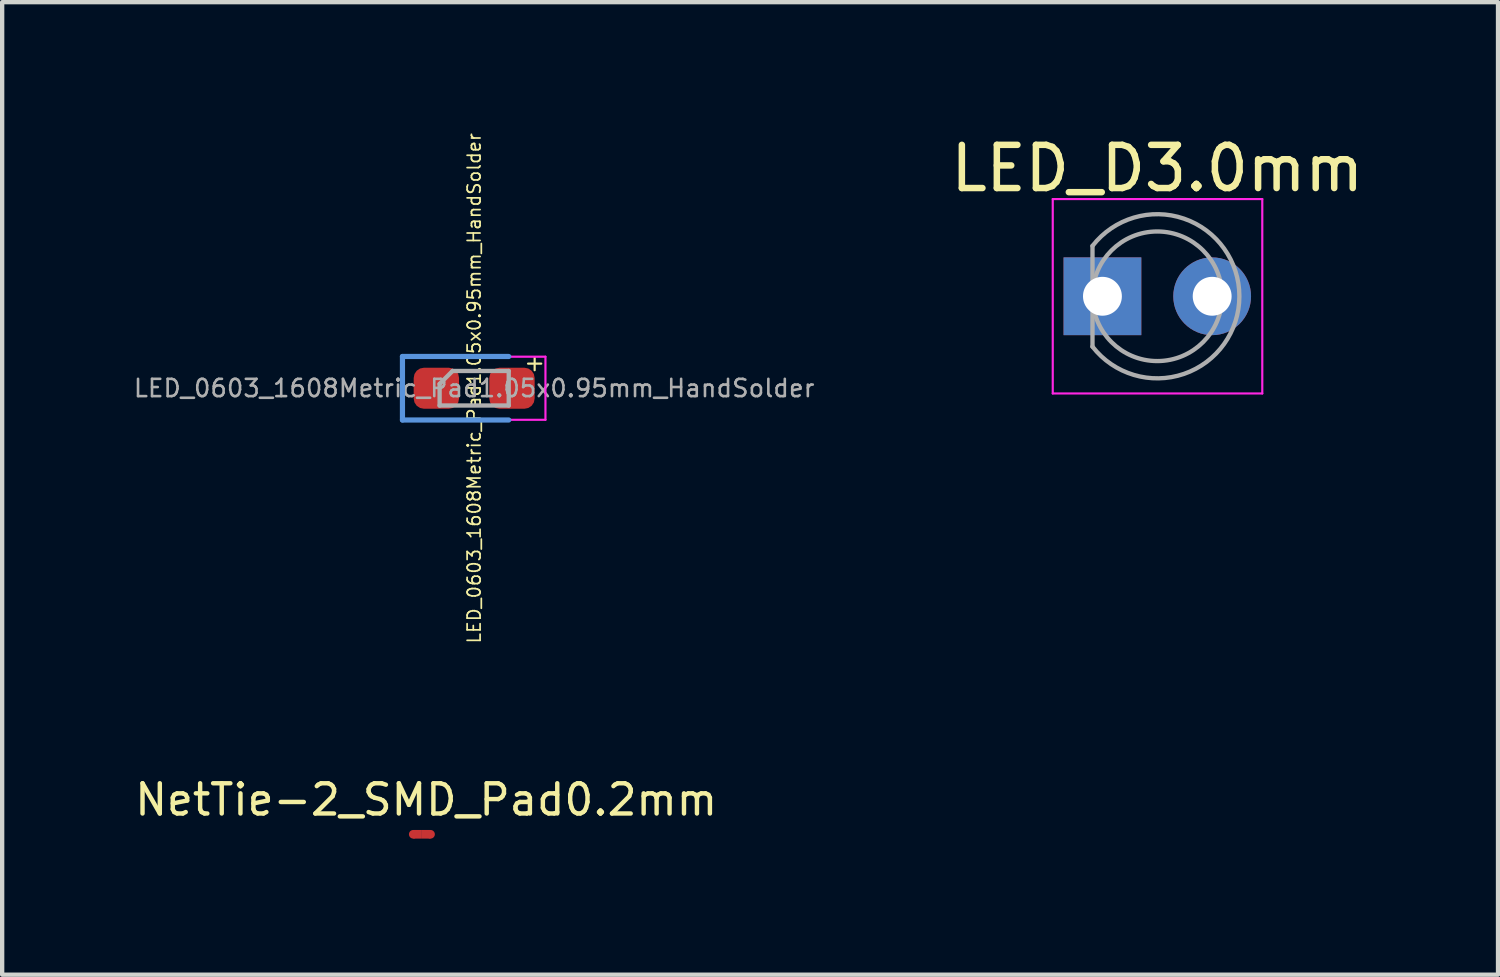
<source format=kicad_pcb>
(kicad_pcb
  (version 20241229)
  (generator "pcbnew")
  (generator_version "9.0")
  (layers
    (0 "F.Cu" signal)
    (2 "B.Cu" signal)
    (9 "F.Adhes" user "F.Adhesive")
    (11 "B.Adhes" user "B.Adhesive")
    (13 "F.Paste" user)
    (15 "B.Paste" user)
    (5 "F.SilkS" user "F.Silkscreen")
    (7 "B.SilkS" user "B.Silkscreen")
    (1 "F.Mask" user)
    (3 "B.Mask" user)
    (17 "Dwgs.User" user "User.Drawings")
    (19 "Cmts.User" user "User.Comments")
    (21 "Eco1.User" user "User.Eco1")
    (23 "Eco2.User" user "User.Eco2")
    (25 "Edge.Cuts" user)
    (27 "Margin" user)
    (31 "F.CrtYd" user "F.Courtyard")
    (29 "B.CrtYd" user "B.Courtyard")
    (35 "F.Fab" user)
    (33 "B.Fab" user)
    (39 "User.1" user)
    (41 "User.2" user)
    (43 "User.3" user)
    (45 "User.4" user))
  (footprint "LED_D3.0mm"
    (layer "F.Cu")
    (at 22.469 3.808)
    (property "Reference" "LED_D3.0mm" (at 1.27 -2.96 0) (layer "F.SilkS") (effects (font (size 1 1) (thickness 0.15))))
    (attr through_hole)
    (fp_line (start -1.15 -2.25) (end -1.15 2.25) (stroke (width 0.05) (type solid)) (layer "F.CrtYd"))
    (fp_line (start -1.15 2.25) (end 3.7 2.25) (stroke (width 0.05) (type solid)) (layer "F.CrtYd"))
    (fp_line (start 3.7 -2.25) (end -1.15 -2.25) (stroke (width 0.05) (type solid)) (layer "F.CrtYd"))
    (fp_line (start 3.7 2.25) (end 3.7 -2.25) (stroke (width 0.05) (type solid)) (layer "F.CrtYd"))
    (fp_line (start -0.23 -1.166) (end -0.23 1.166) (stroke (width 0.1) (type solid)) (layer "F.Fab"))
    (fp_arc (start -0.23 -1.166189) (mid 3.170001 0.000451) (end -0.230553 1.165477) (stroke (width 0.1) (type solid)) (layer "F.Fab"))
    (fp_circle (center 1.27 0) (end 2.77 0) (stroke (width 0.1) (type solid)) (fill no) (layer "F.Fab"))
    (pad "1" thru_hole rect (at 0 0) (size 1.8 1.8) (drill 0.9) (layers "*.Cu" "*.Mask"))
    (pad "2" thru_hole circle (at 2.54 0) (size 1.8 1.8) (drill 0.9) (layers "*.Cu" "*.Mask")))
  (footprint "LED_0603_1608Metric_Pad1.05x0.95mm_HandSolder"
    (layer "F.Cu")
    (at 7.926 5.937)
    (property "Reference" "LED_0603_1608Metric_Pad1.05x0.95mm_HandSolder" (at 0 0 90) (layer "F.SilkS") (effects (font (size 0.3 0.3) (thickness 0.04))))
    (attr smd)
    (fp_line (start -1.66 -0.735) (end -1.66 0.735) (stroke (width 0.12) (type solid)) (layer "Cmts.User"))
    (fp_line (start -1.66 0.735) (end 0.8 0.735) (stroke (width 0.12) (type solid)) (layer "Cmts.User"))
    (fp_line (start 0.8 -0.735) (end -1.66 -0.735) (stroke (width 0.12) (type solid)) (layer "Cmts.User"))
    (fp_line (start -1.65 -0.73) (end 1.65 -0.73) (stroke (width 0.05) (type solid)) (layer "F.CrtYd"))
    (fp_line (start -1.65 0.73) (end -1.65 -0.73) (stroke (width 0.05) (type solid)) (layer "F.CrtYd"))
    (fp_line (start 1.65 -0.73) (end 1.65 0.73) (stroke (width 0.05) (type solid)) (layer "F.CrtYd"))
    (fp_line (start 1.65 0.73) (end -1.65 0.73) (stroke (width 0.05) (type solid)) (layer "F.CrtYd"))
    (fp_line (start -0.8 -0.1) (end -0.8 0.4) (stroke (width 0.1) (type solid)) (layer "F.Fab"))
    (fp_line (start -0.8 0.4) (end 0.8 0.4) (stroke (width 0.1) (type solid)) (layer "F.Fab"))
    (fp_line (start -0.5 -0.4) (end -0.8 -0.1) (stroke (width 0.1) (type solid)) (layer "F.Fab"))
    (fp_line (start 0.8 -0.4) (end -0.5 -0.4) (stroke (width 0.1) (type solid)) (layer "F.Fab"))
    (fp_line (start 0.8 0.4) (end 0.8 -0.4) (stroke (width 0.1) (type solid)) (layer "F.Fab"))
    (fp_text user "+" (at 1.4 -0.6 0) (layer "F.SilkS") (effects (font (size 0.4 0.4) (thickness 0.05))))
    (fp_text user "${REFERENCE}" (at 0 0 0) (layer "F.Fab") (effects (font (size 0.4 0.4) (thickness 0.06))))
    (pad "1" smd roundrect (at -0.875 0) (size 1.05 0.95) (layers "F.Cu" "F.Mask" "F.Paste") (roundrect_rratio 0.25))
    (pad "2" smd roundrect (at 0.875 0) (size 1.05 0.95) (layers "F.Cu" "F.Mask" "F.Paste") (roundrect_rratio 0.25)))
  (footprint "NetTie-2_SMD_Pad0.2mm"
    (layer "F.Cu")
    (at 6.716 16.262)
    (property "Reference" "NetTie-2_SMD_Pad0.2mm" (at 0.1 -0.8 0) (layer "F.SilkS") (effects (font (size 0.7 0.7) (thickness 0.102))))
    (attr exclude_from_pos_files exclude_from_bom)
    (fp_poly (pts (xy -0.2 -0.1) (xy 0 -0.1) (xy 0 0.1) (xy -0.2 0.1)) (stroke (width 0) (type solid)) (fill yes) (layer "F.Cu"))
    (fp_poly (pts (xy 0 -0.1) (xy 0.2 -0.1) (xy 0.2 0.1) (xy 0 0.1)) (stroke (width 0) (type solid)) (fill yes) (layer "F.Cu"))
    (pad "1" smd circle (at -0.2 0) (size 0.2 0.2) (layers "F.Cu"))
    (pad "2" smd circle (at 0.2 0) (size 0.2 0.2) (layers "F.Cu")))
  (gr_rect
    (start -3 -3)
    (end 31.626 19.512)
    (stroke (width 0.1) (type default))
    (fill no)
    (layer "Edge.Cuts")))
</source>
